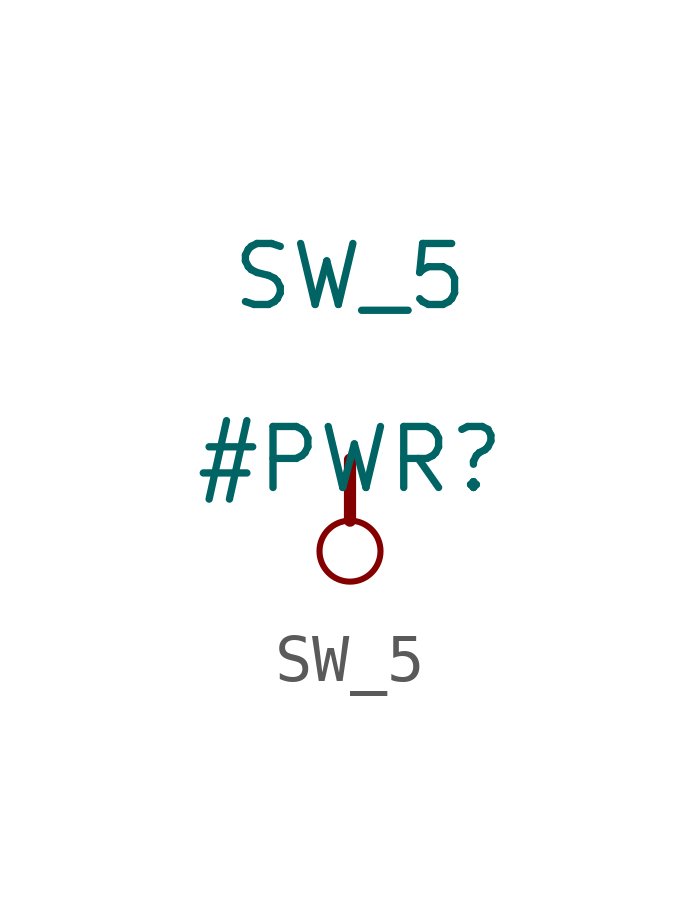
<source format=kicad_sym>
(kicad_symbol_lib
  (version 20211014)
  (generator kicad_symbol_editor)
  (symbol "SW_5"
    (power)
    (property "Reference" "#PWR"
      (at 0 0 0)
      (effects (font (size 1.27 1.27))))
    (property "Value" "SW_5"
      (at 0 3.81 0)
      (effects (font (size 1.27 1.27))))
    (symbol "SW_5_0_0"
      (circle (center 0 -1.905) (radius 0.635) (stroke (width 0.127) (type default) (color 0 0 0 0)) (fill (type none)))
      (polyline (pts (xy 0 0) (xy 0 -1.27)) (stroke (width 0.254) (type default) (color 0 0 0 0)) (fill (type none)))
      (pin power_in line (at 0 0 0) (length 0) hide (name "SW_5" (effects (font (size 1.27 1.27)))) (number "" (effects (font (size 1.27 1.27))))))))
</source>
